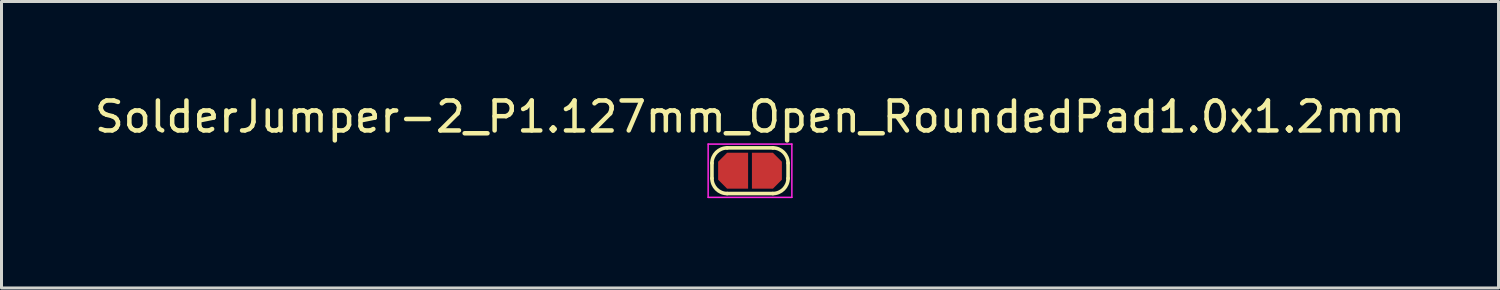
<source format=kicad_pcb>
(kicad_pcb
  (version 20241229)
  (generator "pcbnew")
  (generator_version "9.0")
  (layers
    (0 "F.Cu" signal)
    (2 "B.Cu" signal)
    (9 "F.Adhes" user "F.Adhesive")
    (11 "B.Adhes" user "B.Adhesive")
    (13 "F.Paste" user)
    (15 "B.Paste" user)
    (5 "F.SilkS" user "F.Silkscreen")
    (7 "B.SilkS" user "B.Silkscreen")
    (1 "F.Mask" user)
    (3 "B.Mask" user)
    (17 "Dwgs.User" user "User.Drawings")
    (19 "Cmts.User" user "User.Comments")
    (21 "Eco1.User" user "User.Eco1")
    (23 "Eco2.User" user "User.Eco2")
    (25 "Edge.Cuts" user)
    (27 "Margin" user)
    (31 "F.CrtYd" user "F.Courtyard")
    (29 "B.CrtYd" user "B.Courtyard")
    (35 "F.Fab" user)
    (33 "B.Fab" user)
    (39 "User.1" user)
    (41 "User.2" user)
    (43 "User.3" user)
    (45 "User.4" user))
  (footprint "SolderJumper-2_P1.127mm_Open_RoundedPad1.0x1.2mm"
    (layer "F.Cu")
    (at 21.982 2.648)
    (property "Reference" "SolderJumper-2_P1.127mm_Open_RoundedPad1.0x1.2mm" (at 0 -1.8 0) (layer "F.SilkS") (effects (font (size 1 1) (thickness 0.15))))
    (attr exclude_from_pos_files exclude_from_bom)
    (fp_line (start -1.27 0.254) (end -1.27 -0.254) (stroke (width 0.12) (type default)) (layer "F.SilkS"))
    (fp_line (start -0.762 -0.762) (end 0.762 -0.762) (stroke (width 0.12) (type solid)) (layer "F.SilkS"))
    (fp_line (start 0.762 0.762) (end -0.762 0.762) (stroke (width 0.12) (type solid)) (layer "F.SilkS"))
    (fp_line (start 1.27 -0.254) (end 1.27 0.254) (stroke (width 0.12) (type default)) (layer "F.SilkS"))
    (fp_arc (start -1.27 -0.254) (mid -1.12121 -0.61321) (end -0.762 -0.762) (stroke (width 0.12) (type default)) (layer "F.SilkS"))
    (fp_arc (start -0.762 0.762) (mid -1.12121 0.61321) (end -1.27 0.254) (stroke (width 0.12) (type default)) (layer "F.SilkS"))
    (fp_arc (start 0.762 -0.762) (mid 1.12121 -0.61321) (end 1.27 -0.254) (stroke (width 0.12) (type default)) (layer "F.SilkS"))
    (fp_arc (start 1.27 0.254) (mid 1.12121 0.61321) (end 0.762 0.762) (stroke (width 0.12) (type default)) (layer "F.SilkS"))
    (fp_line (start -1.397 -0.889) (end -1.397 0.889) (stroke (width 0.05) (type solid)) (layer "F.CrtYd"))
    (fp_line (start -1.397 -0.889) (end 1.397 -0.889) (stroke (width 0.05) (type solid)) (layer "F.CrtYd"))
    (fp_line (start 1.397 0.889) (end -1.397 0.889) (stroke (width 0.05) (type solid)) (layer "F.CrtYd"))
    (fp_line (start 1.397 0.889) (end 1.397 -0.889) (stroke (width 0.05) (type solid)) (layer "F.CrtYd"))
    (pad "1" smd roundrect (at -0.564 0) (size 1 1.2) (layers "F.Cu" "F.Mask") (roundrect_rratio 0) (chamfer_ratio 0.3) (chamfer top_left bottom_left))
    (pad "2" smd roundrect (at 0.564 0) (size 1 1.2) (layers "F.Cu" "F.Mask") (roundrect_rratio 0) (chamfer_ratio 0.3) (chamfer top_right bottom_right)))
  (gr_rect
    (start -3 -3)
    (end 46.964 6.562)
    (stroke (width 0.1) (type default))
    (fill no)
    (layer "Edge.Cuts")))
</source>
